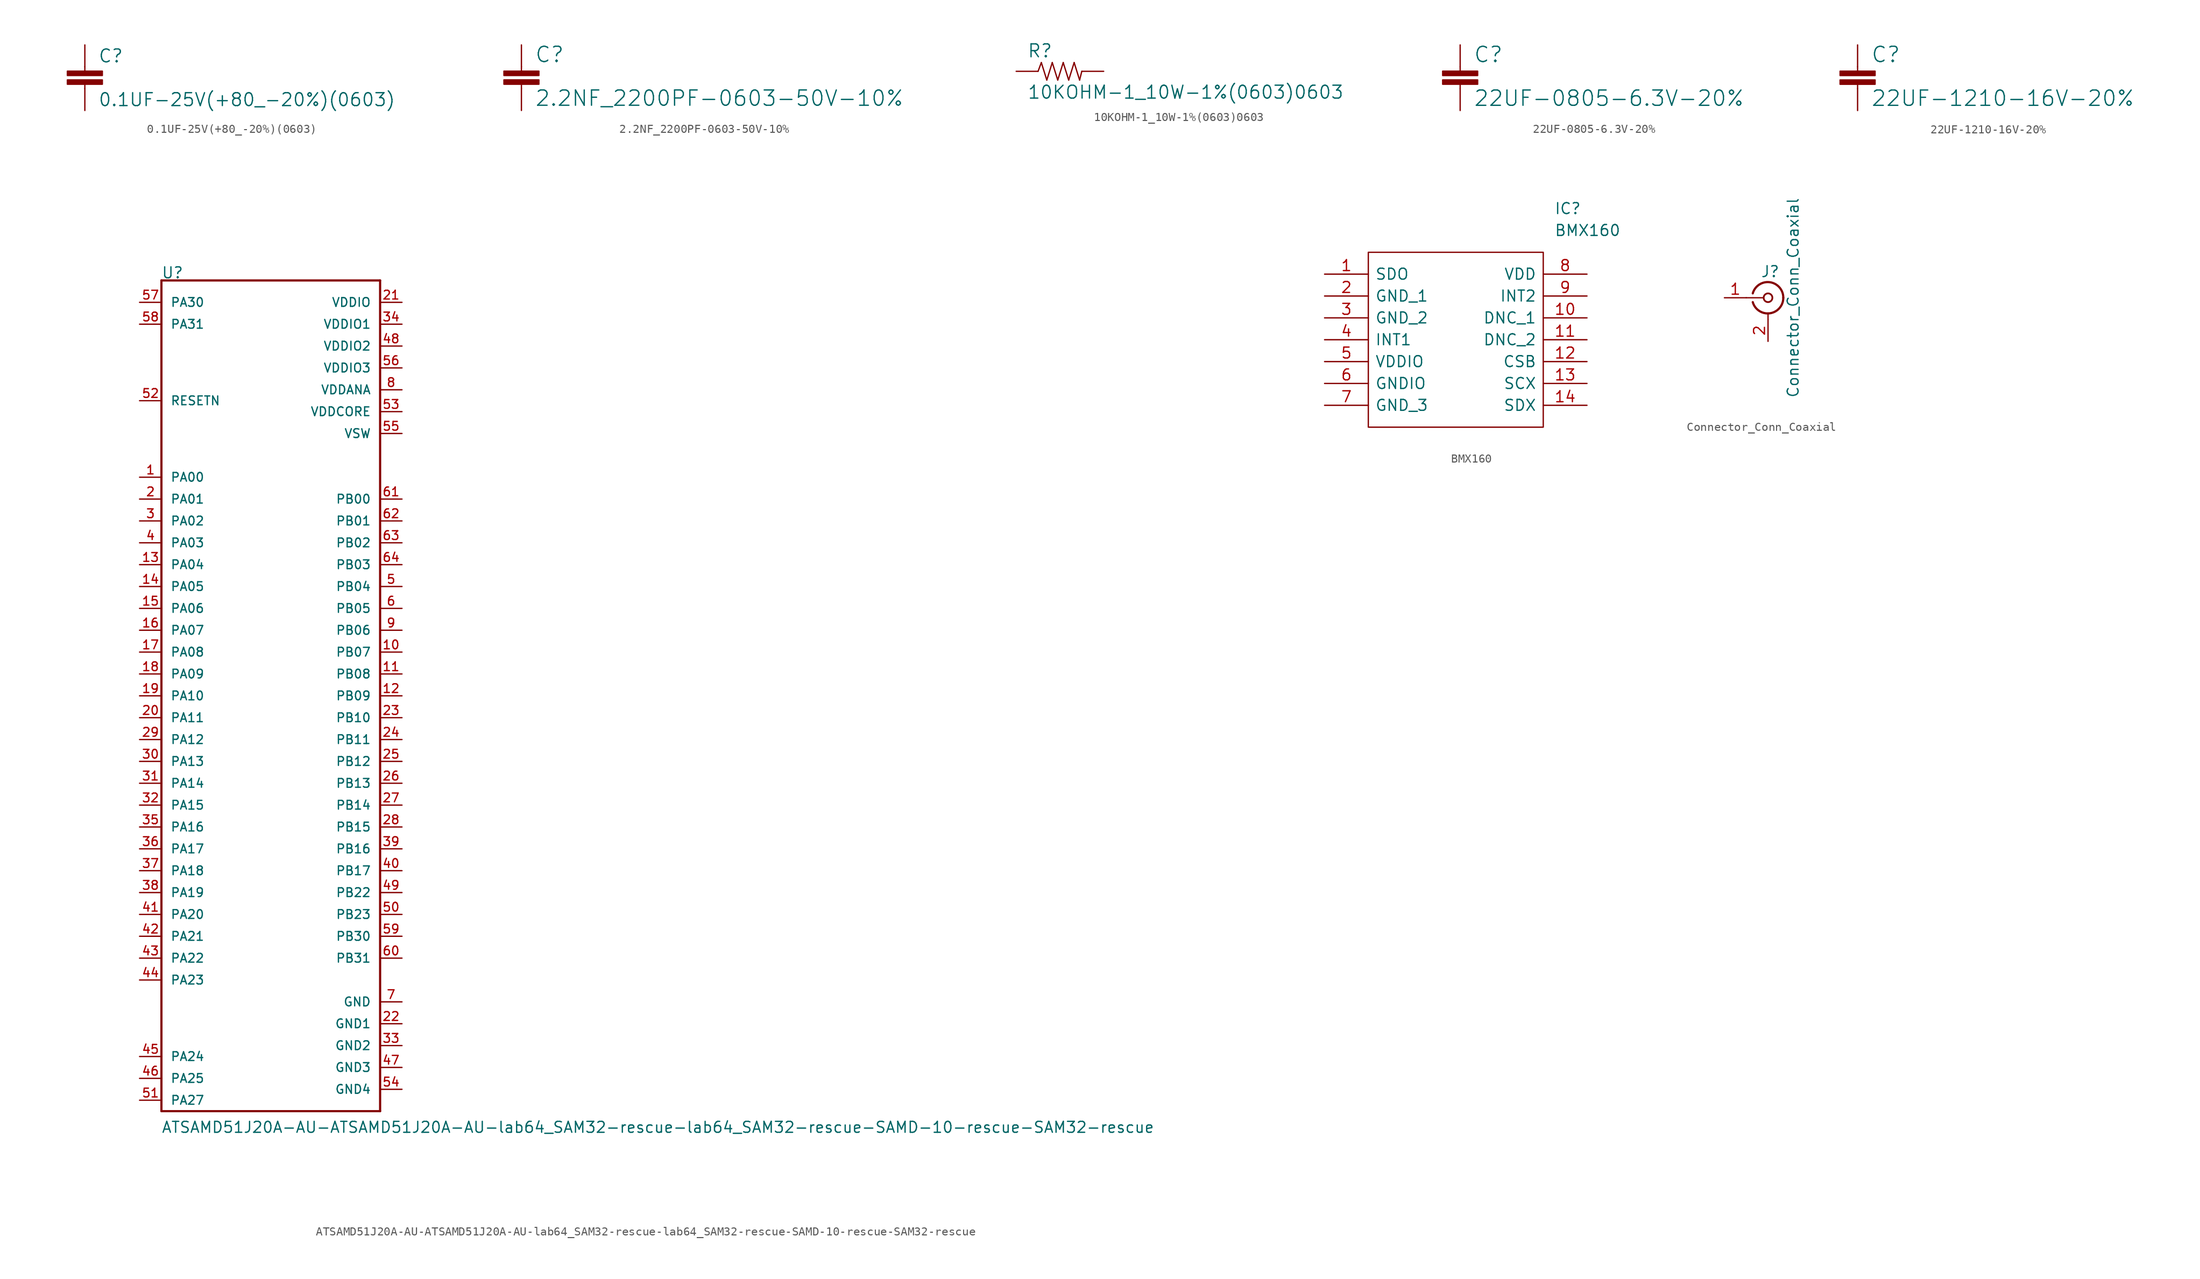
<source format=kicad_sym>
(kicad_symbol_lib
  (version 20231120)
  (generator "kicad_symbol_editor")
  (generator_version "8.0")
  (symbol "0.1UF-25V(+80_-20%)(0603)"
    (pin_names
      (offset 1.016))
    (property "Reference" "C"
      (at 1.524 2.921 0)
      (effects (font (size 1.499 1.499)) (justify left bottom)))
    (property "Value" "0.1UF-25V(+80_-20%)(0603)"
      (at 1.524 -2.159 0)
      (effects (font (size 1.499 1.499)) (justify left bottom)))
    (property "ki_locked" ""
      (at 0 0 0)
      (effects (font (size 1.27 1.27))))
    (symbol "0.1UF-25V(+80_-20%)(0603)_1_0"
      (rectangle (start -2.032 0.508) (end 2.032 1.016) (stroke (width 0) (type solid)) (fill (type outline)))
      (rectangle (start -2.032 1.524) (end 2.032 2.032) (stroke (width 0) (type solid)) (fill (type outline)))
      (polyline (pts (xy 0 0) (xy 0 0.508)) (stroke (width 0) (type solid)) (fill (type none)))
      (polyline (pts (xy 0 2.54) (xy 0 2.032)) (stroke (width 0) (type solid)) (fill (type none)))
      (pin passive line (at 0 5.08 270) (length 2.54) (name "1" (effects (font (size 0 0)))) (number "1" (effects (font (size 0 0)))))
      (pin passive line (at 0 -2.54 90) (length 2.54) (name "2" (effects (font (size 0 0)))) (number "2" (effects (font (size 0 0)))))))
  (symbol "2.2NF_2200PF-0603-50V-10%"
    (pin_names
      (offset 1.016))
    (property "Reference" "C"
      (at 1.524 2.921 0)
      (effects (font (size 1.778 1.778)) (justify left bottom)))
    (property "Value" "2.2NF_2200PF-0603-50V-10%"
      (at 1.524 -2.159 0)
      (effects (font (size 1.778 1.778)) (justify left bottom)))
    (property "ki_locked" ""
      (at 0 0 0)
      (effects (font (size 1.27 1.27))))
    (symbol "2.2NF_2200PF-0603-50V-10%_1_0"
      (rectangle (start -2.032 0.508) (end 2.032 1.016) (stroke (width 0) (type solid)) (fill (type outline)))
      (rectangle (start -2.032 1.524) (end 2.032 2.032) (stroke (width 0) (type solid)) (fill (type outline)))
      (polyline (pts (xy 0 0) (xy 0 0.508)) (stroke (width 0) (type solid)) (fill (type none)))
      (polyline (pts (xy 0 2.54) (xy 0 2.032)) (stroke (width 0) (type solid)) (fill (type none)))
      (pin passive line (at 0 5.08 270) (length 2.54) (name "1" (effects (font (size 0 0)))) (number "1" (effects (font (size 0 0)))))
      (pin passive line (at 0 -2.54 90) (length 2.54) (name "2" (effects (font (size 0 0)))) (number "2" (effects (font (size 0 0)))))))
  (symbol "10KOHM-1_10W-1%(0603)0603"
    (pin_names
      (offset 1.016))
    (property "Reference" "R"
      (at -3.81 1.499 0)
      (effects (font (size 1.499 1.499)) (justify left bottom)))
    (property "Value" "10KOHM-1_10W-1%(0603)0603"
      (at -3.81 -3.302 0)
      (effects (font (size 1.499 1.499)) (justify left bottom)))
    (property "ki_locked" ""
      (at 0 0 0)
      (effects (font (size 1.27 1.27))))
    (symbol "10KOHM-1_10W-1%(0603)0603_1_0"
      (polyline (pts (xy -2.54 0) (xy -2.159 1.016)) (stroke (width 0) (type solid)) (fill (type none)))
      (polyline (pts (xy -2.159 1.016) (xy -1.524 -1.016)) (stroke (width 0) (type solid)) (fill (type none)))
      (polyline (pts (xy -1.524 -1.016) (xy -0.889 1.016)) (stroke (width 0) (type solid)) (fill (type none)))
      (polyline (pts (xy -0.889 1.016) (xy -0.254 -1.016)) (stroke (width 0) (type solid)) (fill (type none)))
      (polyline (pts (xy -0.254 -1.016) (xy 0.381 1.016)) (stroke (width 0) (type solid)) (fill (type none)))
      (polyline (pts (xy 0.381 1.016) (xy 1.016 -1.016)) (stroke (width 0) (type solid)) (fill (type none)))
      (polyline (pts (xy 1.016 -1.016) (xy 1.651 1.016)) (stroke (width 0) (type solid)) (fill (type none)))
      (polyline (pts (xy 1.651 1.016) (xy 2.286 -1.016)) (stroke (width 0) (type solid)) (fill (type none)))
      (polyline (pts (xy 2.286 -1.016) (xy 2.54 0)) (stroke (width 0) (type solid)) (fill (type none)))
      (pin passive line (at -5.08 0 0) (length 2.54) (name "1" (effects (font (size 0 0)))) (number "1" (effects (font (size 0 0)))))
      (pin passive line (at 5.08 0 180) (length 2.54) (name "2" (effects (font (size 0 0)))) (number "2" (effects (font (size 0 0)))))))
  (symbol "22UF-0805-6.3V-20%"
    (pin_names
      (offset 1.016))
    (property "Reference" "C"
      (at 1.524 2.921 0)
      (effects (font (size 1.778 1.778)) (justify left bottom)))
    (property "Value" "22UF-0805-6.3V-20%"
      (at 1.524 -2.159 0)
      (effects (font (size 1.778 1.778)) (justify left bottom)))
    (property "ki_locked" ""
      (at 0 0 0)
      (effects (font (size 1.27 1.27))))
    (symbol "22UF-0805-6.3V-20%_1_0"
      (rectangle (start -2.032 0.508) (end 2.032 1.016) (stroke (width 0) (type solid)) (fill (type outline)))
      (rectangle (start -2.032 1.524) (end 2.032 2.032) (stroke (width 0) (type solid)) (fill (type outline)))
      (polyline (pts (xy 0 0) (xy 0 0.508)) (stroke (width 0) (type solid)) (fill (type none)))
      (polyline (pts (xy 0 2.54) (xy 0 2.032)) (stroke (width 0) (type solid)) (fill (type none)))
      (pin passive line (at 0 5.08 270) (length 2.54) (name "1" (effects (font (size 0 0)))) (number "1" (effects (font (size 0 0)))))
      (pin passive line (at 0 -2.54 90) (length 2.54) (name "2" (effects (font (size 0 0)))) (number "2" (effects (font (size 0 0)))))))
  (symbol "22UF-1210-16V-20%"
    (pin_names
      (offset 1.016))
    (property "Reference" "C"
      (at 1.524 2.921 0)
      (effects (font (size 1.778 1.778)) (justify left bottom)))
    (property "Value" "22UF-1210-16V-20%"
      (at 1.524 -2.159 0)
      (effects (font (size 1.778 1.778)) (justify left bottom)))
    (property "ki_locked" ""
      (at 0 0 0)
      (effects (font (size 1.27 1.27))))
    (symbol "22UF-1210-16V-20%_1_0"
      (rectangle (start -2.032 0.508) (end 2.032 1.016) (stroke (width 0) (type solid)) (fill (type outline)))
      (rectangle (start -2.032 1.524) (end 2.032 2.032) (stroke (width 0) (type solid)) (fill (type outline)))
      (polyline (pts (xy 0 0) (xy 0 0.508)) (stroke (width 0) (type solid)) (fill (type none)))
      (polyline (pts (xy 0 2.54) (xy 0 2.032)) (stroke (width 0) (type solid)) (fill (type none)))
      (pin passive line (at 0 5.08 270) (length 2.54) (name "1" (effects (font (size 0 0)))) (number "1" (effects (font (size 0 0)))))
      (pin passive line (at 0 -2.54 90) (length 2.54) (name "2" (effects (font (size 0 0)))) (number "2" (effects (font (size 0 0)))))))
  (symbol "ATSAMD51J20A-AU-ATSAMD51J20A-AU-lab64_SAM32-rescue-lab64_SAM32-rescue-SAMD-10-rescue-SAM32-rescue"
    (pin_names
      (offset 1.016))
    (property "Reference" "U"
      (at -12.725 48.412 0)
      (effects (font (size 1.27 1.27)) (justify left bottom)))
    (property "Value" "ATSAMD51J20A-AU-ATSAMD51J20A-AU-lab64_SAM32-rescue-lab64_SAM32-rescue-SAMD-10-rescue-SAM32-rescue"
      (at -12.725 -50.876 0)
      (effects (font (size 1.27 1.27)) (justify left bottom)))
    (property "ki_locked" ""
      (at 0 0 0)
      (effects (font (size 1.27 1.27))))
    (symbol "ATSAMD51J20A-AU-ATSAMD51J20A-AU-lab64_SAM32-rescue-lab64_SAM32-rescue-SAMD-10-rescue-SAM32-rescue_0_0"
      (polyline (pts (xy -12.7 -48.26) (xy 12.7 -48.26)) (stroke (width 0.254) (type solid)) (fill (type none)))
      (polyline (pts (xy -12.7 48.26) (xy -12.7 -48.26)) (stroke (width 0.254) (type solid)) (fill (type none)))
      (polyline (pts (xy 12.7 -48.26) (xy 12.7 48.26)) (stroke (width 0.254) (type solid)) (fill (type none)))
      (polyline (pts (xy 12.7 48.26) (xy -12.7 48.26)) (stroke (width 0.254) (type solid)) (fill (type none)))
      (pin bidirectional line (at -15.24 25.4 0) (length 2.54) (name "PA00" (effects (font (size 1.016 1.016)))) (number "1" (effects (font (size 1.016 1.016)))))
      (pin bidirectional line (at 15.24 5.08 180) (length 2.54) (name "PB07" (effects (font (size 1.016 1.016)))) (number "10" (effects (font (size 1.016 1.016)))))
      (pin bidirectional line (at 15.24 2.54 180) (length 2.54) (name "PB08" (effects (font (size 1.016 1.016)))) (number "11" (effects (font (size 1.016 1.016)))))
      (pin bidirectional line (at 15.24 0 180) (length 2.54) (name "PB09" (effects (font (size 1.016 1.016)))) (number "12" (effects (font (size 1.016 1.016)))))
      (pin bidirectional line (at -15.24 15.24 0) (length 2.54) (name "PA04" (effects (font (size 1.016 1.016)))) (number "13" (effects (font (size 1.016 1.016)))))
      (pin bidirectional line (at -15.24 12.7 0) (length 2.54) (name "PA05" (effects (font (size 1.016 1.016)))) (number "14" (effects (font (size 1.016 1.016)))))
      (pin bidirectional line (at -15.24 10.16 0) (length 2.54) (name "PA06" (effects (font (size 1.016 1.016)))) (number "15" (effects (font (size 1.016 1.016)))))
      (pin bidirectional line (at -15.24 7.62 0) (length 2.54) (name "PA07" (effects (font (size 1.016 1.016)))) (number "16" (effects (font (size 1.016 1.016)))))
      (pin bidirectional line (at -15.24 5.08 0) (length 2.54) (name "PA08" (effects (font (size 1.016 1.016)))) (number "17" (effects (font (size 1.016 1.016)))))
      (pin bidirectional line (at -15.24 2.54 0) (length 2.54) (name "PA09" (effects (font (size 1.016 1.016)))) (number "18" (effects (font (size 1.016 1.016)))))
      (pin bidirectional line (at -15.24 0 0) (length 2.54) (name "PA10" (effects (font (size 1.016 1.016)))) (number "19" (effects (font (size 1.016 1.016)))))
      (pin bidirectional line (at -15.24 22.86 0) (length 2.54) (name "PA01" (effects (font (size 1.016 1.016)))) (number "2" (effects (font (size 1.016 1.016)))))
      (pin bidirectional line (at -15.24 -2.54 0) (length 2.54) (name "PA11" (effects (font (size 1.016 1.016)))) (number "20" (effects (font (size 1.016 1.016)))))
      (pin power_in line (at 15.24 45.72 180) (length 2.54) (name "VDDIO" (effects (font (size 1.016 1.016)))) (number "21" (effects (font (size 1.016 1.016)))))
      (pin power_in line (at 15.24 -38.1 180) (length 2.54) (name "GND1" (effects (font (size 1.016 1.016)))) (number "22" (effects (font (size 1.016 1.016)))))
      (pin bidirectional line (at 15.24 -2.54 180) (length 2.54) (name "PB10" (effects (font (size 1.016 1.016)))) (number "23" (effects (font (size 1.016 1.016)))))
      (pin bidirectional line (at 15.24 -5.08 180) (length 2.54) (name "PB11" (effects (font (size 1.016 1.016)))) (number "24" (effects (font (size 1.016 1.016)))))
      (pin bidirectional line (at 15.24 -7.62 180) (length 2.54) (name "PB12" (effects (font (size 1.016 1.016)))) (number "25" (effects (font (size 1.016 1.016)))))
      (pin bidirectional line (at 15.24 -10.16 180) (length 2.54) (name "PB13" (effects (font (size 1.016 1.016)))) (number "26" (effects (font (size 1.016 1.016)))))
      (pin bidirectional line (at 15.24 -12.7 180) (length 2.54) (name "PB14" (effects (font (size 1.016 1.016)))) (number "27" (effects (font (size 1.016 1.016)))))
      (pin bidirectional line (at 15.24 -15.24 180) (length 2.54) (name "PB15" (effects (font (size 1.016 1.016)))) (number "28" (effects (font (size 1.016 1.016)))))
      (pin bidirectional line (at -15.24 -5.08 0) (length 2.54) (name "PA12" (effects (font (size 1.016 1.016)))) (number "29" (effects (font (size 1.016 1.016)))))
      (pin bidirectional line (at -15.24 20.32 0) (length 2.54) (name "PA02" (effects (font (size 1.016 1.016)))) (number "3" (effects (font (size 1.016 1.016)))))
      (pin bidirectional line (at -15.24 -7.62 0) (length 2.54) (name "PA13" (effects (font (size 1.016 1.016)))) (number "30" (effects (font (size 1.016 1.016)))))
      (pin bidirectional line (at -15.24 -10.16 0) (length 2.54) (name "PA14" (effects (font (size 1.016 1.016)))) (number "31" (effects (font (size 1.016 1.016)))))
      (pin bidirectional line (at -15.24 -12.7 0) (length 2.54) (name "PA15" (effects (font (size 1.016 1.016)))) (number "32" (effects (font (size 1.016 1.016)))))
      (pin power_in line (at 15.24 -40.64 180) (length 2.54) (name "GND2" (effects (font (size 1.016 1.016)))) (number "33" (effects (font (size 1.016 1.016)))))
      (pin power_in line (at 15.24 43.18 180) (length 2.54) (name "VDDIO1" (effects (font (size 1.016 1.016)))) (number "34" (effects (font (size 1.016 1.016)))))
      (pin bidirectional line (at -15.24 -15.24 0) (length 2.54) (name "PA16" (effects (font (size 1.016 1.016)))) (number "35" (effects (font (size 1.016 1.016)))))
      (pin bidirectional line (at -15.24 -17.78 0) (length 2.54) (name "PA17" (effects (font (size 1.016 1.016)))) (number "36" (effects (font (size 1.016 1.016)))))
      (pin bidirectional line (at -15.24 -20.32 0) (length 2.54) (name "PA18" (effects (font (size 1.016 1.016)))) (number "37" (effects (font (size 1.016 1.016)))))
      (pin bidirectional line (at -15.24 -22.86 0) (length 2.54) (name "PA19" (effects (font (size 1.016 1.016)))) (number "38" (effects (font (size 1.016 1.016)))))
      (pin bidirectional line (at 15.24 -17.78 180) (length 2.54) (name "PB16" (effects (font (size 1.016 1.016)))) (number "39" (effects (font (size 1.016 1.016)))))
      (pin bidirectional line (at -15.24 17.78 0) (length 2.54) (name "PA03" (effects (font (size 1.016 1.016)))) (number "4" (effects (font (size 1.016 1.016)))))
      (pin bidirectional line (at 15.24 -20.32 180) (length 2.54) (name "PB17" (effects (font (size 1.016 1.016)))) (number "40" (effects (font (size 1.016 1.016)))))
      (pin bidirectional line (at -15.24 -25.4 0) (length 2.54) (name "PA20" (effects (font (size 1.016 1.016)))) (number "41" (effects (font (size 1.016 1.016)))))
      (pin bidirectional line (at -15.24 -27.94 0) (length 2.54) (name "PA21" (effects (font (size 1.016 1.016)))) (number "42" (effects (font (size 1.016 1.016)))))
      (pin bidirectional line (at -15.24 -30.48 0) (length 2.54) (name "PA22" (effects (font (size 1.016 1.016)))) (number "43" (effects (font (size 1.016 1.016)))))
      (pin bidirectional line (at -15.24 -33.02 0) (length 2.54) (name "PA23" (effects (font (size 1.016 1.016)))) (number "44" (effects (font (size 1.016 1.016)))))
      (pin bidirectional line (at -15.24 -41.91 0) (length 2.54) (name "PA24" (effects (font (size 1.016 1.016)))) (number "45" (effects (font (size 1.016 1.016)))))
      (pin bidirectional line (at -15.24 -44.45 0) (length 2.54) (name "PA25" (effects (font (size 1.016 1.016)))) (number "46" (effects (font (size 1.016 1.016)))))
      (pin power_in line (at 15.24 -43.18 180) (length 2.54) (name "GND3" (effects (font (size 1.016 1.016)))) (number "47" (effects (font (size 1.016 1.016)))))
      (pin power_in line (at 15.24 40.64 180) (length 2.54) (name "VDDIO2" (effects (font (size 1.016 1.016)))) (number "48" (effects (font (size 1.016 1.016)))))
      (pin bidirectional line (at 15.24 -22.86 180) (length 2.54) (name "PB22" (effects (font (size 1.016 1.016)))) (number "49" (effects (font (size 1.016 1.016)))))
      (pin bidirectional line (at 15.24 12.7 180) (length 2.54) (name "PB04" (effects (font (size 1.016 1.016)))) (number "5" (effects (font (size 1.016 1.016)))))
      (pin bidirectional line (at 15.24 -25.4 180) (length 2.54) (name "PB23" (effects (font (size 1.016 1.016)))) (number "50" (effects (font (size 1.016 1.016)))))
      (pin bidirectional line (at -15.24 -46.99 0) (length 2.54) (name "PA27" (effects (font (size 1.016 1.016)))) (number "51" (effects (font (size 1.016 1.016)))))
      (pin input line (at -15.24 34.29 0) (length 2.54) (name "RESETN" (effects (font (size 1.016 1.016)))) (number "52" (effects (font (size 1.016 1.016)))))
      (pin power_in line (at 15.24 33.02 180) (length 2.54) (name "VDDCORE" (effects (font (size 1.016 1.016)))) (number "53" (effects (font (size 1.016 1.016)))))
      (pin power_in line (at 15.24 -45.72 180) (length 2.54) (name "GND4" (effects (font (size 1.016 1.016)))) (number "54" (effects (font (size 1.016 1.016)))))
      (pin power_in line (at 15.24 30.48 180) (length 2.54) (name "VSW" (effects (font (size 1.016 1.016)))) (number "55" (effects (font (size 1.016 1.016)))))
      (pin power_in line (at 15.24 38.1 180) (length 2.54) (name "VDDIO3" (effects (font (size 1.016 1.016)))) (number "56" (effects (font (size 1.016 1.016)))))
      (pin bidirectional line (at -15.24 45.72 0) (length 2.54) (name "PA30" (effects (font (size 1.016 1.016)))) (number "57" (effects (font (size 1.016 1.016)))))
      (pin bidirectional line (at -15.24 43.18 0) (length 2.54) (name "PA31" (effects (font (size 1.016 1.016)))) (number "58" (effects (font (size 1.016 1.016)))))
      (pin bidirectional line (at 15.24 -27.94 180) (length 2.54) (name "PB30" (effects (font (size 1.016 1.016)))) (number "59" (effects (font (size 1.016 1.016)))))
      (pin bidirectional line (at 15.24 10.16 180) (length 2.54) (name "PB05" (effects (font (size 1.016 1.016)))) (number "6" (effects (font (size 1.016 1.016)))))
      (pin bidirectional line (at 15.24 -30.48 180) (length 2.54) (name "PB31" (effects (font (size 1.016 1.016)))) (number "60" (effects (font (size 1.016 1.016)))))
      (pin bidirectional line (at 15.24 22.86 180) (length 2.54) (name "PB00" (effects (font (size 1.016 1.016)))) (number "61" (effects (font (size 1.016 1.016)))))
      (pin bidirectional line (at 15.24 20.32 180) (length 2.54) (name "PB01" (effects (font (size 1.016 1.016)))) (number "62" (effects (font (size 1.016 1.016)))))
      (pin bidirectional line (at 15.24 17.78 180) (length 2.54) (name "PB02" (effects (font (size 1.016 1.016)))) (number "63" (effects (font (size 1.016 1.016)))))
      (pin bidirectional line (at 15.24 15.24 180) (length 2.54) (name "PB03" (effects (font (size 1.016 1.016)))) (number "64" (effects (font (size 1.016 1.016)))))
      (pin power_in line (at 15.24 -35.56 180) (length 2.54) (name "GND" (effects (font (size 1.016 1.016)))) (number "7" (effects (font (size 1.016 1.016)))))
      (pin power_in line (at 15.24 35.56 180) (length 2.54) (name "VDDANA" (effects (font (size 1.016 1.016)))) (number "8" (effects (font (size 1.016 1.016)))))
      (pin bidirectional line (at 15.24 7.62 180) (length 2.54) (name "PB06" (effects (font (size 1.016 1.016)))) (number "9" (effects (font (size 1.016 1.016)))))))
  (symbol "BMX160"
    (pin_names
      (offset 0.762))
    (property "Reference" "IC"
      (at 26.67 7.62 0)
      (effects (font (size 1.27 1.27)) (justify left)))
    (property "Value" "BMX160"
      (at 26.67 5.08 0)
      (effects (font (size 1.27 1.27)) (justify left)))
    (symbol "BMX160_0_0"
      (pin bidirectional line (at 0 0 0) (length 5.08) (name "SDO" (effects (font (size 1.27 1.27)))) (number "1" (effects (font (size 1.27 1.27)))))
      (pin bidirectional line (at 30.48 -5.08 180) (length 5.08) (name "DNC_1" (effects (font (size 1.27 1.27)))) (number "10" (effects (font (size 1.27 1.27)))))
      (pin bidirectional line (at 30.48 -7.62 180) (length 5.08) (name "DNC_2" (effects (font (size 1.27 1.27)))) (number "11" (effects (font (size 1.27 1.27)))))
      (pin bidirectional line (at 30.48 -10.16 180) (length 5.08) (name "CSB" (effects (font (size 1.27 1.27)))) (number "12" (effects (font (size 1.27 1.27)))))
      (pin bidirectional line (at 30.48 -12.7 180) (length 5.08) (name "SCX" (effects (font (size 1.27 1.27)))) (number "13" (effects (font (size 1.27 1.27)))))
      (pin bidirectional line (at 30.48 -15.24 180) (length 5.08) (name "SDX" (effects (font (size 1.27 1.27)))) (number "14" (effects (font (size 1.27 1.27)))))
      (pin bidirectional line (at 0 -2.54 0) (length 5.08) (name "GND_1" (effects (font (size 1.27 1.27)))) (number "2" (effects (font (size 1.27 1.27)))))
      (pin bidirectional line (at 0 -5.08 0) (length 5.08) (name "GND_2" (effects (font (size 1.27 1.27)))) (number "3" (effects (font (size 1.27 1.27)))))
      (pin bidirectional line (at 0 -7.62 0) (length 5.08) (name "INT1" (effects (font (size 1.27 1.27)))) (number "4" (effects (font (size 1.27 1.27)))))
      (pin bidirectional line (at 0 -10.16 0) (length 5.08) (name "VDDIO" (effects (font (size 1.27 1.27)))) (number "5" (effects (font (size 1.27 1.27)))))
      (pin bidirectional line (at 0 -12.7 0) (length 5.08) (name "GNDIO" (effects (font (size 1.27 1.27)))) (number "6" (effects (font (size 1.27 1.27)))))
      (pin bidirectional line (at 0 -15.24 0) (length 5.08) (name "GND_3" (effects (font (size 1.27 1.27)))) (number "7" (effects (font (size 1.27 1.27)))))
      (pin bidirectional line (at 30.48 0 180) (length 5.08) (name "VDD" (effects (font (size 1.27 1.27)))) (number "8" (effects (font (size 1.27 1.27)))))
      (pin bidirectional line (at 30.48 -2.54 180) (length 5.08) (name "INT2" (effects (font (size 1.27 1.27)))) (number "9" (effects (font (size 1.27 1.27))))))
    (symbol "BMX160_0_1"
      (polyline (pts (xy 5.08 2.54) (xy 25.4 2.54) (xy 25.4 -17.78) (xy 5.08 -17.78) (xy 5.08 2.54)) (stroke (width 0.152) (type solid)) (fill (type none)))))
  (symbol "Connector_Conn_Coaxial"
    (pin_names
      (offset 1.016) hide)
    (property "Reference" "J"
      (at 0.254 3.048 0)
      (effects (font (size 1.27 1.27))))
    (property "Value" "Connector_Conn_Coaxial"
      (at 2.921 0 90)
      (effects (font (size 1.27 1.27))))
    (symbol "Connector_Conn_Coaxial_0_1"
      (arc (start -1.778 -0.508) (mid 0.2311 -1.8066) (end 1.778 0) (stroke (width 0.254) (type solid)) (fill (type none)))
      (polyline (pts (xy -2.54 0) (xy -0.508 0)) (stroke (width 0) (type solid)) (fill (type none)))
      (polyline (pts (xy 0 -2.54) (xy 0 -1.778)) (stroke (width 0) (type solid)) (fill (type none)))
      (circle (center 0 0) (radius 0.508) (stroke (width 0.203) (type solid)) (fill (type none)))
      (arc (start 1.778 0) (mid 0.2099 1.8101) (end -1.778 0.508) (stroke (width 0.254) (type solid)) (fill (type none))))
    (symbol "Connector_Conn_Coaxial_1_1"
      (pin passive line (at -5.08 0 0) (length 2.54) (name "In" (effects (font (size 1.27 1.27)))) (number "1" (effects (font (size 1.27 1.27)))))
      (pin passive line (at 0 -5.08 90) (length 2.54) (name "Ext" (effects (font (size 1.27 1.27)))) (number "2" (effects (font (size 1.27 1.27))))))))
</source>
